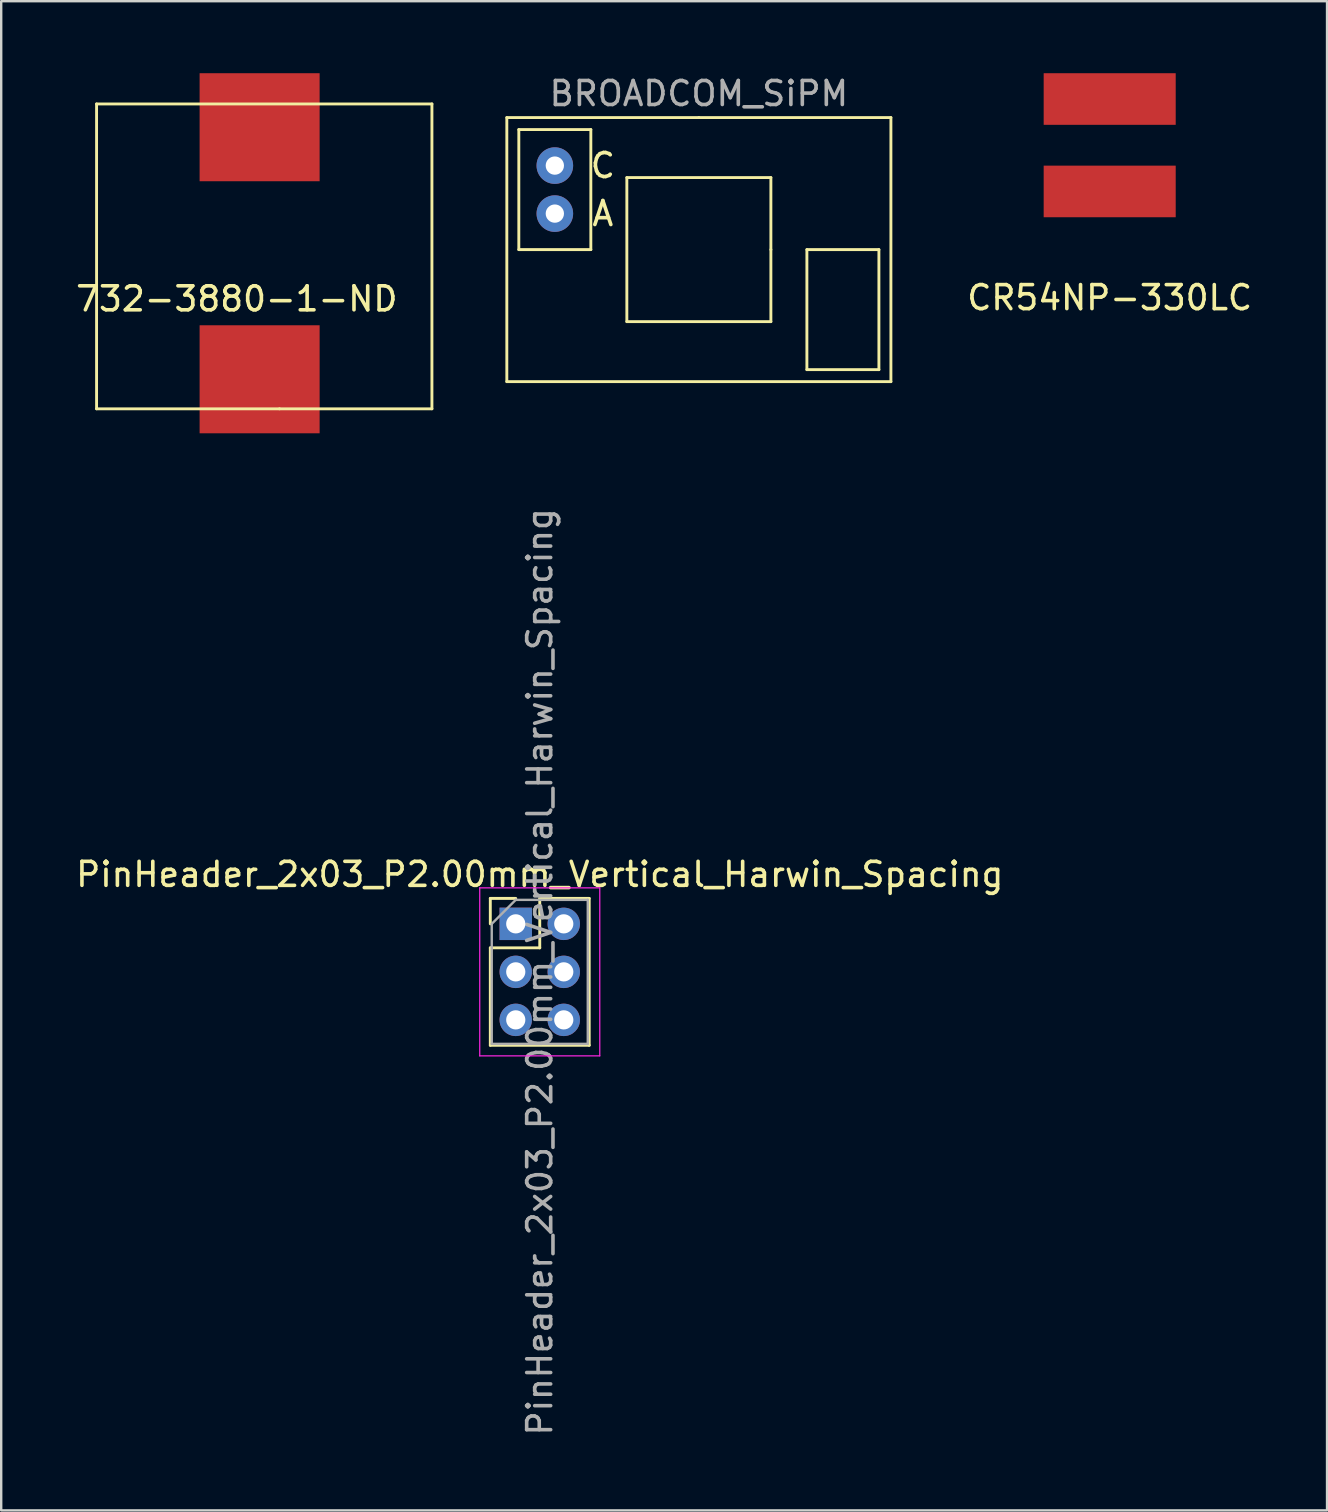
<source format=kicad_pcb>
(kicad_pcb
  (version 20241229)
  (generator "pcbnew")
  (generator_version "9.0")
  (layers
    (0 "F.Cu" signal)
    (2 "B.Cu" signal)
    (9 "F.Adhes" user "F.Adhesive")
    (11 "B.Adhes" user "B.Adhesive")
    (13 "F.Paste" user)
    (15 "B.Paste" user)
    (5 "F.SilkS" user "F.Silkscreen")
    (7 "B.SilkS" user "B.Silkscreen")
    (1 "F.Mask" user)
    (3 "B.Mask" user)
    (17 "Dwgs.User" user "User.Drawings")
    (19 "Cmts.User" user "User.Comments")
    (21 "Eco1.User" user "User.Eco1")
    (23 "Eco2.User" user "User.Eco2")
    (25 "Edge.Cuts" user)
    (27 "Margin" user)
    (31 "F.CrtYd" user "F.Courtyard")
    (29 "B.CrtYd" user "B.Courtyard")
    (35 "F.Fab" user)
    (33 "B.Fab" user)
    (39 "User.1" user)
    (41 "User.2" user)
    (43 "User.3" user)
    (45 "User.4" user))
  (footprint "BROADCOM_SiPM"
    (layer "F.Cu")
    (at 26.063 7.348)
    (property "Reference" "BROADCOM_SiPM" (at 0 -6.5 0) (layer "F.Fab") (effects (font (size 1 1) (thickness 0.15))))
    (attr through_hole)
    (fp_line (start -8 5.5) (end -8 -5.5) (stroke (width 0.12) (type solid)) (layer "F.SilkS"))
    (fp_line (start -7.5 -5) (end -4.5 -5) (stroke (width 0.12) (type solid)) (layer "F.SilkS"))
    (fp_line (start -7.5 0) (end -7.5 -5) (stroke (width 0.12) (type solid)) (layer "F.SilkS"))
    (fp_line (start -4.5 -5) (end -4.5 0) (stroke (width 0.12) (type solid)) (layer "F.SilkS"))
    (fp_line (start -4.5 0) (end -7.5 0) (stroke (width 0.12) (type solid)) (layer "F.SilkS"))
    (fp_line (start -3 -3) (end -3 3) (stroke (width 0.12) (type solid)) (layer "F.SilkS"))
    (fp_line (start -3 3) (end 3 3) (stroke (width 0.12) (type solid)) (layer "F.SilkS"))
    (fp_line (start 0 -5.5) (end -8 -5.5) (stroke (width 0.12) (type solid)) (layer "F.SilkS"))
    (fp_line (start 3 -3) (end -3 -3) (stroke (width 0.12) (type solid)) (layer "F.SilkS"))
    (fp_line (start 3 0) (end 3 -3) (stroke (width 0.12) (type solid)) (layer "F.SilkS"))
    (fp_line (start 3 3) (end 3 0) (stroke (width 0.12) (type solid)) (layer "F.SilkS"))
    (fp_line (start 4.5 0) (end 7.5 0) (stroke (width 0.12) (type solid)) (layer "F.SilkS"))
    (fp_line (start 4.5 5) (end 4.5 0) (stroke (width 0.12) (type solid)) (layer "F.SilkS"))
    (fp_line (start 7.5 0) (end 7.5 5) (stroke (width 0.12) (type solid)) (layer "F.SilkS"))
    (fp_line (start 7.5 5) (end 4.5 5) (stroke (width 0.12) (type solid)) (layer "F.SilkS"))
    (fp_line (start 8 -5.5) (end 0 -5.5) (stroke (width 0.12) (type solid)) (layer "F.SilkS"))
    (fp_line (start 8 -5.5) (end 8 5.5) (stroke (width 0.12) (type solid)) (layer "F.SilkS"))
    (fp_line (start 8 5.5) (end -8 5.5) (stroke (width 0.12) (type solid)) (layer "F.SilkS"))
    (fp_text user "C" (at -4 -3.5 0) (layer "F.SilkS") (effects (font (size 1 1) (thickness 0.15))))
    (fp_text user "A" (at -4 -1.5 0) (layer "F.SilkS") (effects (font (size 1 1) (thickness 0.15))))
    (pad "1" thru_hole circle (at -6 -3.5) (size 1.524 1.524) (drill 0.762) (layers "*.Cu" "*.Mask"))
    (pad "2" thru_hole circle (at -6 -1.5) (size 1.524 1.524) (drill 0.762) (layers "*.Cu" "*.Mask")))
  (footprint "732-3880-1-ND"
    (layer "F.Cu")
    (at 6.815 8.9)
    (property "Reference" "732-3880-1-ND" (at 0 0.5 0) (layer "F.SilkS") (effects (font (size 1 1) (thickness 0.15))))
    (attr through_hole)
    (fp_line (start -5.842 -7.62) (end -5.842 5.08) (stroke (width 0.12) (type solid)) (layer "F.SilkS"))
    (fp_line (start -5.842 5.08) (end 1.778 5.08) (stroke (width 0.12) (type solid)) (layer "F.SilkS"))
    (fp_line (start 1.778 5.08) (end 8.128 5.08) (stroke (width 0.12) (type solid)) (layer "F.SilkS"))
    (fp_line (start 8.128 -7.62) (end -5.842 -7.62) (stroke (width 0.12) (type solid)) (layer "F.SilkS"))
    (fp_line (start 8.128 5.08) (end 8.128 -7.62) (stroke (width 0.12) (type solid)) (layer "F.SilkS"))
    (pad "1" smd rect (at 0.95 -6.65) (size 5 4.5) (layers "F.Cu" "F.Mask" "F.Paste"))
    (pad "2" smd rect (at 0.95 3.85) (size 5 4.5) (layers "F.Cu" "F.Mask" "F.Paste")))
  (footprint "CR54NP-330LC"
    (layer "F.Cu")
    (at 43.177 3)
    (property "Reference" "CR54NP-330LC" (at 0 6.35 0) (layer "F.SilkS") (effects (font (size 1 1) (thickness 0.15))))
    (attr through_hole)
    (pad "1" smd rect (at 0 -1.925) (size 5.5 2.15) (layers "F.Cu" "F.Mask" "F.Paste"))
    (pad "2" smd rect (at 0 1.925) (size 5.5 2.15) (layers "F.Cu" "F.Mask" "F.Paste")))
  (footprint "PinHeader_2x03_P2.00mm_Vertical_Harwin_Spacing"
    (layer "F.Cu")
    (at 18.435 35.435)
    (property "Reference" "PinHeader_2x03_P2.00mm_Vertical_Harwin_Spacing" (at 1 -2.06 0) (layer "F.SilkS") (effects (font (size 1 1) (thickness 0.15))))
    (attr through_hole)
    (fp_line (start -1.06 -1.06) (end 0 -1.06) (stroke (width 0.12) (type solid)) (layer "F.SilkS"))
    (fp_line (start -1.06 0) (end -1.06 -1.06) (stroke (width 0.12) (type solid)) (layer "F.SilkS"))
    (fp_line (start -1.06 1) (end -1.06 5.06) (stroke (width 0.12) (type solid)) (layer "F.SilkS"))
    (fp_line (start -1.06 1) (end 1 1) (stroke (width 0.12) (type solid)) (layer "F.SilkS"))
    (fp_line (start -1.06 5.06) (end 3.06 5.06) (stroke (width 0.12) (type solid)) (layer "F.SilkS"))
    (fp_line (start 1 -1.06) (end 3.06 -1.06) (stroke (width 0.12) (type solid)) (layer "F.SilkS"))
    (fp_line (start 1 1) (end 1 -1.06) (stroke (width 0.12) (type solid)) (layer "F.SilkS"))
    (fp_line (start 3.06 -1.06) (end 3.06 5.06) (stroke (width 0.12) (type solid)) (layer "F.SilkS"))
    (fp_line (start -1.5 -1.5) (end -1.5 5.5) (stroke (width 0.05) (type solid)) (layer "F.CrtYd"))
    (fp_line (start -1.5 5.5) (end 3.5 5.5) (stroke (width 0.05) (type solid)) (layer "F.CrtYd"))
    (fp_line (start 3.5 -1.5) (end -1.5 -1.5) (stroke (width 0.05) (type solid)) (layer "F.CrtYd"))
    (fp_line (start 3.5 5.5) (end 3.5 -1.5) (stroke (width 0.05) (type solid)) (layer "F.CrtYd"))
    (fp_line (start -1 0) (end 0 -1) (stroke (width 0.1) (type solid)) (layer "F.Fab"))
    (fp_line (start -1 5) (end -1 0) (stroke (width 0.1) (type solid)) (layer "F.Fab"))
    (fp_line (start 0 -1) (end 3 -1) (stroke (width 0.1) (type solid)) (layer "F.Fab"))
    (fp_line (start 3 -1) (end 3 5) (stroke (width 0.1) (type solid)) (layer "F.Fab"))
    (fp_line (start 3 5) (end -1 5) (stroke (width 0.1) (type solid)) (layer "F.Fab"))
    (fp_text user "${REFERENCE}" (at 1 2 90) (layer "F.Fab") (effects (font (size 1 1) (thickness 0.15))))
    (pad "1" thru_hole rect (at 0 0) (size 1.35 1.35) (drill 0.8) (layers "*.Cu" "*.Mask"))
    (pad "2" thru_hole oval (at 0 2) (size 1.35 1.35) (drill 0.8) (layers "*.Cu" "*.Mask"))
    (pad "3" thru_hole oval (at 0 4) (size 1.35 1.35) (drill 0.8) (layers "*.Cu" "*.Mask"))
    (pad "4" thru_hole oval (at 2 0) (size 1.35 1.35) (drill 0.8) (layers "*.Cu" "*.Mask"))
    (pad "5" thru_hole oval (at 2 2) (size 1.35 1.35) (drill 0.8) (layers "*.Cu" "*.Mask"))
    (pad "6" thru_hole oval (at 2 4) (size 1.35 1.35) (drill 0.8) (layers "*.Cu" "*.Mask")))
  (gr_rect
    (start -3 -3)
    (end 52.231 59.869)
    (stroke (width 0.1) (type default))
    (fill no)
    (layer "Edge.Cuts")))
</source>
